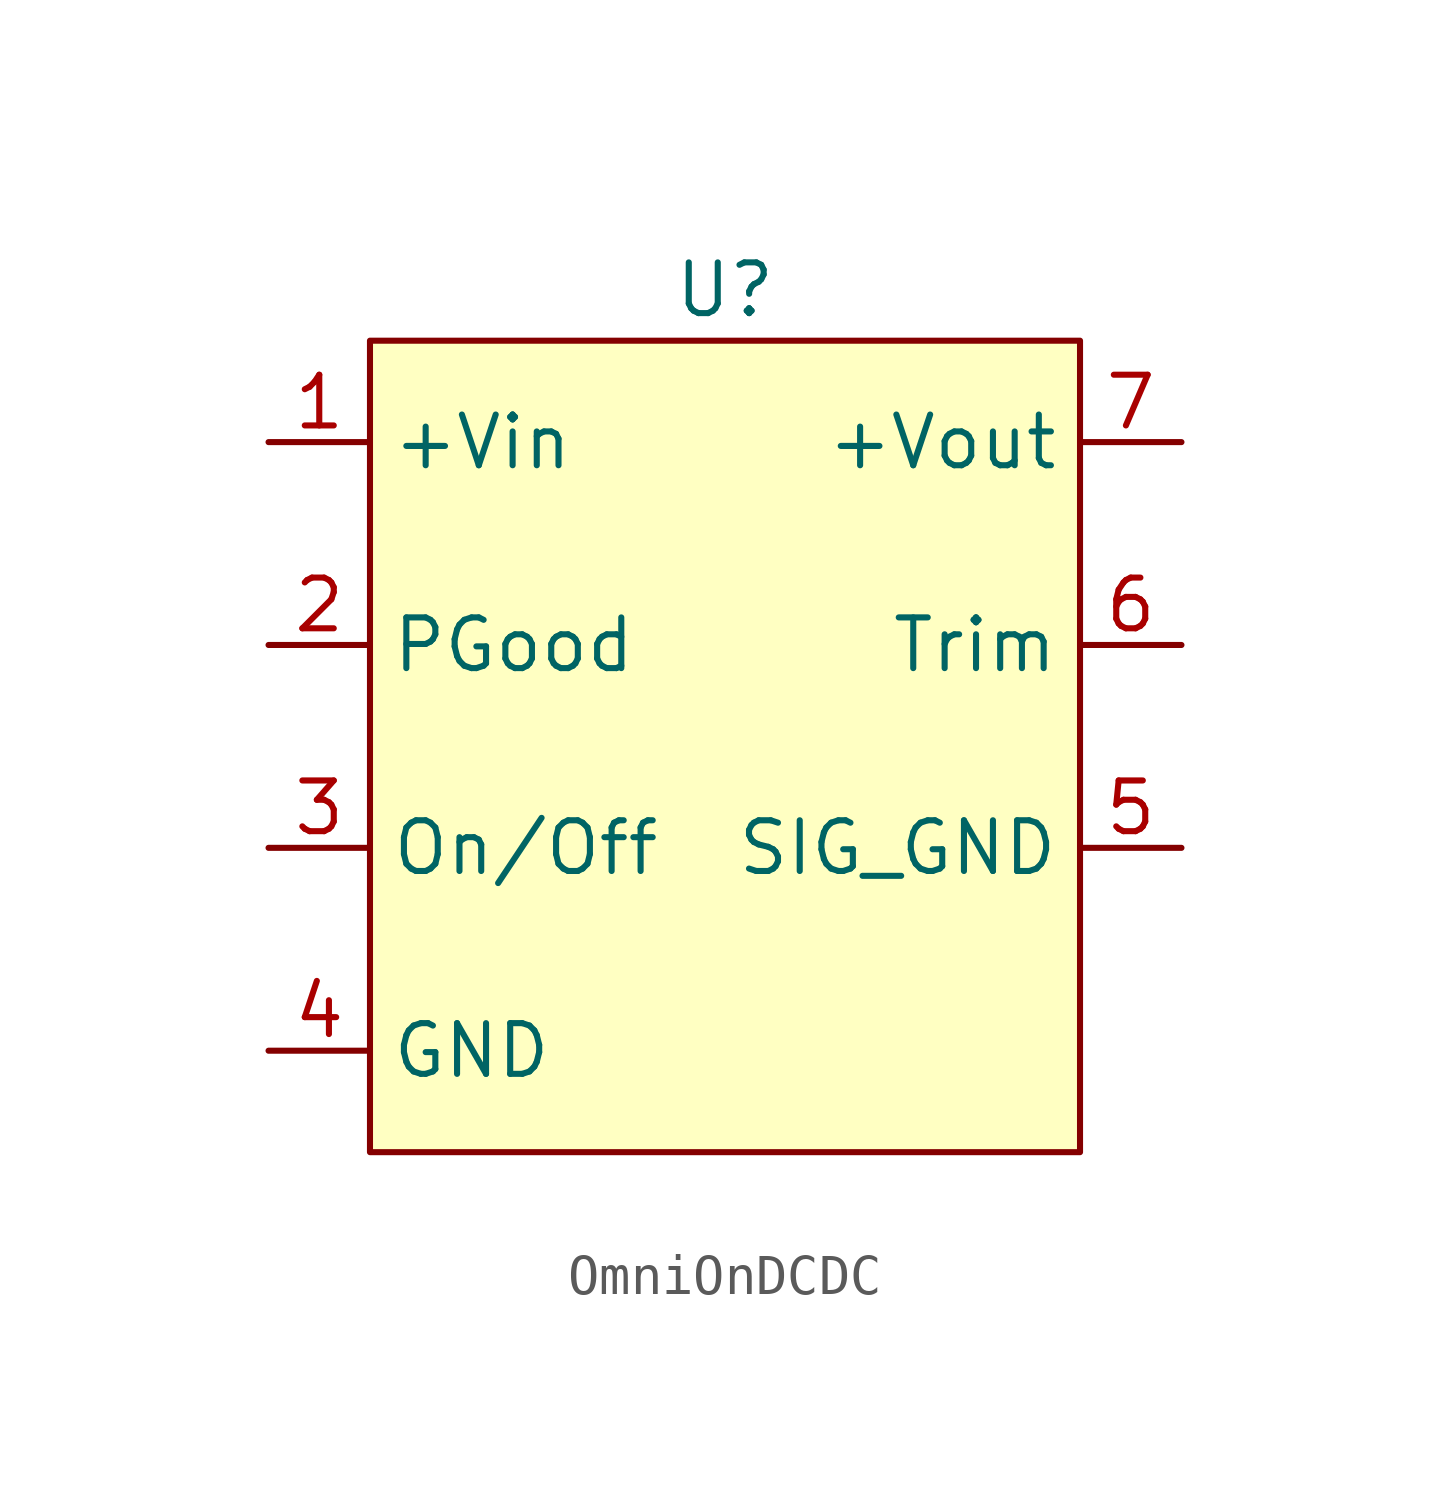
<source format=kicad_sym>
(kicad_symbol_lib
  (version 20220914)
  (generator kicad_symbol_editor)
  (symbol "OmniOnDCDC"
    (property "Reference" "U"
      (at 0 11.43 0)
      (effects (font (size 1.27 1.27))))
    (property "Value" ""
      (at -8.89 2.54 0)
      (effects (font (size 1.27 1.27))))
    (symbol "OmniOnDCDC_1_1"
      (rectangle (start -8.89 10.16) (end 8.89 -10.16) (stroke (width 0) (type default)) (fill (type background)))
      (pin input line (at -11.43 7.62 0) (length 2.54) (name "+Vin" (effects (font (size 1.27 1.27)))) (number "1" (effects (font (size 1.27 1.27)))))
      (pin output line (at -11.43 2.54 0) (length 2.54) (name "PGood" (effects (font (size 1.27 1.27)))) (number "2" (effects (font (size 1.27 1.27)))))
      (pin input line (at -11.43 -2.54 0) (length 2.54) (name "On/Off" (effects (font (size 1.27 1.27)))) (number "3" (effects (font (size 1.27 1.27)))))
      (pin input line (at -11.43 -7.62 0) (length 2.54) (name "GND" (effects (font (size 1.27 1.27)))) (number "4" (effects (font (size 1.27 1.27)))))
      (pin output line (at 11.43 -2.54 180) (length 2.54) (name "SIG_GND" (effects (font (size 1.27 1.27)))) (number "5" (effects (font (size 1.27 1.27)))))
      (pin output line (at 11.43 2.54 180) (length 2.54) (name "Trim" (effects (font (size 1.27 1.27)))) (number "6" (effects (font (size 1.27 1.27)))))
      (pin output line (at 11.43 7.62 180) (length 2.54) (name "+Vout" (effects (font (size 1.27 1.27)))) (number "7" (effects (font (size 1.27 1.27))))))))
</source>
